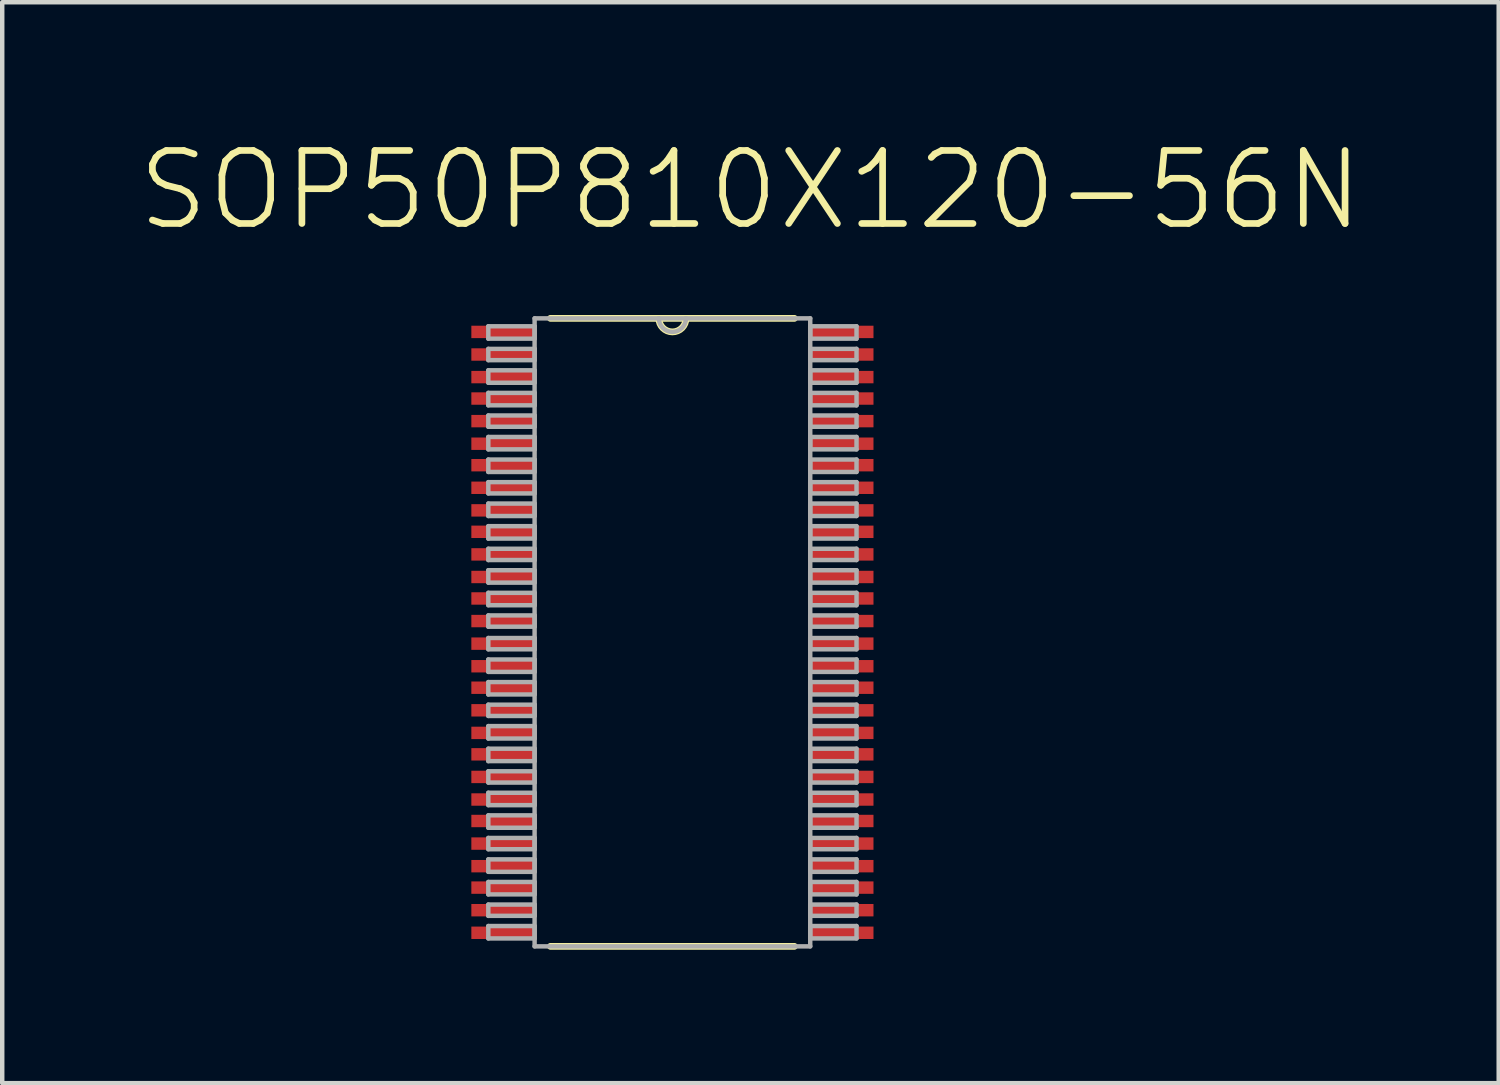
<source format=kicad_pcb>
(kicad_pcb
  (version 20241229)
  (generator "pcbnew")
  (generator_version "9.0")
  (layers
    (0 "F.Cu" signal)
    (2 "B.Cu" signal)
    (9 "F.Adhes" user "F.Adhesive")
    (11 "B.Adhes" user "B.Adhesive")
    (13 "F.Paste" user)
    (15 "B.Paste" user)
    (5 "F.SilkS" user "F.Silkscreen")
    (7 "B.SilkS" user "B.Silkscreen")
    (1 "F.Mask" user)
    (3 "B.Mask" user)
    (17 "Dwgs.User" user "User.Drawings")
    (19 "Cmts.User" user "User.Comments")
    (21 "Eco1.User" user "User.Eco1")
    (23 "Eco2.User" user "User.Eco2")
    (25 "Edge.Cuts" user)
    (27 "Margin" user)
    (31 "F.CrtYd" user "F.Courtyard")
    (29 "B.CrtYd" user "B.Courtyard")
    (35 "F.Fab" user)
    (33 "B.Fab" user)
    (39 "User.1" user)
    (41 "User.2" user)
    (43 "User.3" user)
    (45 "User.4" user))
  (footprint "SOP50P810X120-56N"
    (layer "F.Cu")
    (at 12.071 11.17)
    (property "Reference" "SOP50P810X120-56N" (at 1.755 -9.946 0) (layer "F.SilkS") (effects (font (size 1.642 1.642) (thickness 0.15))))
    (attr through_hole)
    (fp_line (start -2.743 7.061) (end 2.743 7.061) (stroke (width 0.152) (type solid)) (layer "F.SilkS"))
    (fp_line (start -0.305 -7.061) (end -2.743 -7.061) (stroke (width 0.152) (type solid)) (layer "F.SilkS"))
    (fp_line (start 0.305 -7.061) (end -0.305 -7.061) (stroke (width 0.152) (type solid)) (layer "F.SilkS"))
    (fp_line (start 2.743 -7.061) (end 0.305 -7.061) (stroke (width 0.152) (type solid)) (layer "F.SilkS"))
    (fp_arc (start 0.3048 -7.0612) (mid 0 -6.7564) (end -0.3048 -7.0612) (stroke (width 0.1524) (type solid)) (layer "F.SilkS"))
    (fp_line (start -4.14 -6.883) (end -4.14 -6.604) (stroke (width 0.1) (type solid)) (layer "F.Fab"))
    (fp_line (start -4.14 -6.604) (end -3.099 -6.604) (stroke (width 0.1) (type solid)) (layer "F.Fab"))
    (fp_line (start -4.14 -6.375) (end -4.14 -6.121) (stroke (width 0.1) (type solid)) (layer "F.Fab"))
    (fp_line (start -4.14 -6.121) (end -3.099 -6.121) (stroke (width 0.1) (type solid)) (layer "F.Fab"))
    (fp_line (start -4.14 -5.893) (end -4.14 -5.613) (stroke (width 0.1) (type solid)) (layer "F.Fab"))
    (fp_line (start -4.14 -5.613) (end -3.099 -5.613) (stroke (width 0.1) (type solid)) (layer "F.Fab"))
    (fp_line (start -4.14 -5.385) (end -4.14 -5.105) (stroke (width 0.1) (type solid)) (layer "F.Fab"))
    (fp_line (start -4.14 -5.105) (end -3.099 -5.105) (stroke (width 0.1) (type solid)) (layer "F.Fab"))
    (fp_line (start -4.14 -4.877) (end -4.14 -4.623) (stroke (width 0.1) (type solid)) (layer "F.Fab"))
    (fp_line (start -4.14 -4.623) (end -3.099 -4.623) (stroke (width 0.1) (type solid)) (layer "F.Fab"))
    (fp_line (start -4.14 -4.394) (end -4.14 -4.115) (stroke (width 0.1) (type solid)) (layer "F.Fab"))
    (fp_line (start -4.14 -4.115) (end -3.099 -4.115) (stroke (width 0.1) (type solid)) (layer "F.Fab"))
    (fp_line (start -4.14 -3.886) (end -4.14 -3.607) (stroke (width 0.1) (type solid)) (layer "F.Fab"))
    (fp_line (start -4.14 -3.607) (end -3.099 -3.607) (stroke (width 0.1) (type solid)) (layer "F.Fab"))
    (fp_line (start -4.14 -3.378) (end -4.14 -3.124) (stroke (width 0.1) (type solid)) (layer "F.Fab"))
    (fp_line (start -4.14 -3.124) (end -3.099 -3.124) (stroke (width 0.1) (type solid)) (layer "F.Fab"))
    (fp_line (start -4.14 -2.896) (end -4.14 -2.616) (stroke (width 0.1) (type solid)) (layer "F.Fab"))
    (fp_line (start -4.14 -2.616) (end -3.099 -2.616) (stroke (width 0.1) (type solid)) (layer "F.Fab"))
    (fp_line (start -4.14 -2.388) (end -4.14 -2.108) (stroke (width 0.1) (type solid)) (layer "F.Fab"))
    (fp_line (start -4.14 -2.108) (end -3.099 -2.108) (stroke (width 0.1) (type solid)) (layer "F.Fab"))
    (fp_line (start -4.14 -1.88) (end -4.14 -1.626) (stroke (width 0.1) (type solid)) (layer "F.Fab"))
    (fp_line (start -4.14 -1.626) (end -3.099 -1.626) (stroke (width 0.1) (type solid)) (layer "F.Fab"))
    (fp_line (start -4.14 -1.397) (end -4.14 -1.118) (stroke (width 0.1) (type solid)) (layer "F.Fab"))
    (fp_line (start -4.14 -1.118) (end -3.099 -1.118) (stroke (width 0.1) (type solid)) (layer "F.Fab"))
    (fp_line (start -4.14 -0.889) (end -4.14 -0.61) (stroke (width 0.1) (type solid)) (layer "F.Fab"))
    (fp_line (start -4.14 -0.61) (end -3.099 -0.61) (stroke (width 0.1) (type solid)) (layer "F.Fab"))
    (fp_line (start -4.14 -0.381) (end -4.14 -0.127) (stroke (width 0.1) (type solid)) (layer "F.Fab"))
    (fp_line (start -4.14 -0.127) (end -3.099 -0.127) (stroke (width 0.1) (type solid)) (layer "F.Fab"))
    (fp_line (start -4.14 0.127) (end -4.14 0.381) (stroke (width 0.1) (type solid)) (layer "F.Fab"))
    (fp_line (start -4.14 0.381) (end -3.099 0.381) (stroke (width 0.1) (type solid)) (layer "F.Fab"))
    (fp_line (start -4.14 0.61) (end -4.14 0.889) (stroke (width 0.1) (type solid)) (layer "F.Fab"))
    (fp_line (start -4.14 0.889) (end -3.099 0.889) (stroke (width 0.1) (type solid)) (layer "F.Fab"))
    (fp_line (start -4.14 1.118) (end -4.14 1.397) (stroke (width 0.1) (type solid)) (layer "F.Fab"))
    (fp_line (start -4.14 1.397) (end -3.099 1.397) (stroke (width 0.1) (type solid)) (layer "F.Fab"))
    (fp_line (start -4.14 1.626) (end -4.14 1.88) (stroke (width 0.1) (type solid)) (layer "F.Fab"))
    (fp_line (start -4.14 1.88) (end -3.099 1.88) (stroke (width 0.1) (type solid)) (layer "F.Fab"))
    (fp_line (start -4.14 2.108) (end -4.14 2.388) (stroke (width 0.1) (type solid)) (layer "F.Fab"))
    (fp_line (start -4.14 2.388) (end -3.099 2.388) (stroke (width 0.1) (type solid)) (layer "F.Fab"))
    (fp_line (start -4.14 2.616) (end -4.14 2.896) (stroke (width 0.1) (type solid)) (layer "F.Fab"))
    (fp_line (start -4.14 2.896) (end -3.099 2.896) (stroke (width 0.1) (type solid)) (layer "F.Fab"))
    (fp_line (start -4.14 3.124) (end -4.14 3.378) (stroke (width 0.1) (type solid)) (layer "F.Fab"))
    (fp_line (start -4.14 3.378) (end -3.099 3.378) (stroke (width 0.1) (type solid)) (layer "F.Fab"))
    (fp_line (start -4.14 3.607) (end -4.14 3.886) (stroke (width 0.1) (type solid)) (layer "F.Fab"))
    (fp_line (start -4.14 3.886) (end -3.099 3.886) (stroke (width 0.1) (type solid)) (layer "F.Fab"))
    (fp_line (start -4.14 4.115) (end -4.14 4.394) (stroke (width 0.1) (type solid)) (layer "F.Fab"))
    (fp_line (start -4.14 4.394) (end -3.099 4.394) (stroke (width 0.1) (type solid)) (layer "F.Fab"))
    (fp_line (start -4.14 4.623) (end -4.14 4.877) (stroke (width 0.1) (type solid)) (layer "F.Fab"))
    (fp_line (start -4.14 4.877) (end -3.099 4.877) (stroke (width 0.1) (type solid)) (layer "F.Fab"))
    (fp_line (start -4.14 5.105) (end -4.14 5.385) (stroke (width 0.1) (type solid)) (layer "F.Fab"))
    (fp_line (start -4.14 5.385) (end -3.099 5.385) (stroke (width 0.1) (type solid)) (layer "F.Fab"))
    (fp_line (start -4.14 5.613) (end -4.14 5.893) (stroke (width 0.1) (type solid)) (layer "F.Fab"))
    (fp_line (start -4.14 5.893) (end -3.099 5.893) (stroke (width 0.1) (type solid)) (layer "F.Fab"))
    (fp_line (start -4.14 6.121) (end -4.14 6.375) (stroke (width 0.1) (type solid)) (layer "F.Fab"))
    (fp_line (start -4.14 6.375) (end -3.099 6.375) (stroke (width 0.1) (type solid)) (layer "F.Fab"))
    (fp_line (start -4.14 6.604) (end -4.14 6.883) (stroke (width 0.1) (type solid)) (layer "F.Fab"))
    (fp_line (start -4.14 6.883) (end -3.099 6.883) (stroke (width 0.1) (type solid)) (layer "F.Fab"))
    (fp_line (start -3.099 -7.061) (end -3.099 7.061) (stroke (width 0.1) (type solid)) (layer "F.Fab"))
    (fp_line (start -3.099 -6.883) (end -4.14 -6.883) (stroke (width 0.1) (type solid)) (layer "F.Fab"))
    (fp_line (start -3.099 -6.604) (end -3.099 -6.883) (stroke (width 0.1) (type solid)) (layer "F.Fab"))
    (fp_line (start -3.099 -6.375) (end -4.14 -6.375) (stroke (width 0.1) (type solid)) (layer "F.Fab"))
    (fp_line (start -3.099 -6.121) (end -3.099 -6.375) (stroke (width 0.1) (type solid)) (layer "F.Fab"))
    (fp_line (start -3.099 -5.893) (end -4.14 -5.893) (stroke (width 0.1) (type solid)) (layer "F.Fab"))
    (fp_line (start -3.099 -5.613) (end -3.099 -5.893) (stroke (width 0.1) (type solid)) (layer "F.Fab"))
    (fp_line (start -3.099 -5.385) (end -4.14 -5.385) (stroke (width 0.1) (type solid)) (layer "F.Fab"))
    (fp_line (start -3.099 -5.105) (end -3.099 -5.385) (stroke (width 0.1) (type solid)) (layer "F.Fab"))
    (fp_line (start -3.099 -4.877) (end -4.14 -4.877) (stroke (width 0.1) (type solid)) (layer "F.Fab"))
    (fp_line (start -3.099 -4.623) (end -3.099 -4.877) (stroke (width 0.1) (type solid)) (layer "F.Fab"))
    (fp_line (start -3.099 -4.394) (end -4.14 -4.394) (stroke (width 0.1) (type solid)) (layer "F.Fab"))
    (fp_line (start -3.099 -4.115) (end -3.099 -4.394) (stroke (width 0.1) (type solid)) (layer "F.Fab"))
    (fp_line (start -3.099 -3.886) (end -4.14 -3.886) (stroke (width 0.1) (type solid)) (layer "F.Fab"))
    (fp_line (start -3.099 -3.607) (end -3.099 -3.886) (stroke (width 0.1) (type solid)) (layer "F.Fab"))
    (fp_line (start -3.099 -3.378) (end -4.14 -3.378) (stroke (width 0.1) (type solid)) (layer "F.Fab"))
    (fp_line (start -3.099 -3.124) (end -3.099 -3.378) (stroke (width 0.1) (type solid)) (layer "F.Fab"))
    (fp_line (start -3.099 -2.896) (end -4.14 -2.896) (stroke (width 0.1) (type solid)) (layer "F.Fab"))
    (fp_line (start -3.099 -2.616) (end -3.099 -2.896) (stroke (width 0.1) (type solid)) (layer "F.Fab"))
    (fp_line (start -3.099 -2.388) (end -4.14 -2.388) (stroke (width 0.1) (type solid)) (layer "F.Fab"))
    (fp_line (start -3.099 -2.108) (end -3.099 -2.388) (stroke (width 0.1) (type solid)) (layer "F.Fab"))
    (fp_line (start -3.099 -1.88) (end -4.14 -1.88) (stroke (width 0.1) (type solid)) (layer "F.Fab"))
    (fp_line (start -3.099 -1.626) (end -3.099 -1.88) (stroke (width 0.1) (type solid)) (layer "F.Fab"))
    (fp_line (start -3.099 -1.397) (end -4.14 -1.397) (stroke (width 0.1) (type solid)) (layer "F.Fab"))
    (fp_line (start -3.099 -1.118) (end -3.099 -1.397) (stroke (width 0.1) (type solid)) (layer "F.Fab"))
    (fp_line (start -3.099 -0.889) (end -4.14 -0.889) (stroke (width 0.1) (type solid)) (layer "F.Fab"))
    (fp_line (start -3.099 -0.61) (end -3.099 -0.889) (stroke (width 0.1) (type solid)) (layer "F.Fab"))
    (fp_line (start -3.099 -0.381) (end -4.14 -0.381) (stroke (width 0.1) (type solid)) (layer "F.Fab"))
    (fp_line (start -3.099 -0.127) (end -3.099 -0.381) (stroke (width 0.1) (type solid)) (layer "F.Fab"))
    (fp_line (start -3.099 0.127) (end -4.14 0.127) (stroke (width 0.1) (type solid)) (layer "F.Fab"))
    (fp_line (start -3.099 0.381) (end -3.099 0.127) (stroke (width 0.1) (type solid)) (layer "F.Fab"))
    (fp_line (start -3.099 0.61) (end -4.14 0.61) (stroke (width 0.1) (type solid)) (layer "F.Fab"))
    (fp_line (start -3.099 0.889) (end -3.099 0.61) (stroke (width 0.1) (type solid)) (layer "F.Fab"))
    (fp_line (start -3.099 1.118) (end -4.14 1.118) (stroke (width 0.1) (type solid)) (layer "F.Fab"))
    (fp_line (start -3.099 1.397) (end -3.099 1.118) (stroke (width 0.1) (type solid)) (layer "F.Fab"))
    (fp_line (start -3.099 1.626) (end -4.14 1.626) (stroke (width 0.1) (type solid)) (layer "F.Fab"))
    (fp_line (start -3.099 1.88) (end -3.099 1.626) (stroke (width 0.1) (type solid)) (layer "F.Fab"))
    (fp_line (start -3.099 2.108) (end -4.14 2.108) (stroke (width 0.1) (type solid)) (layer "F.Fab"))
    (fp_line (start -3.099 2.388) (end -3.099 2.108) (stroke (width 0.1) (type solid)) (layer "F.Fab"))
    (fp_line (start -3.099 2.616) (end -4.14 2.616) (stroke (width 0.1) (type solid)) (layer "F.Fab"))
    (fp_line (start -3.099 2.896) (end -3.099 2.616) (stroke (width 0.1) (type solid)) (layer "F.Fab"))
    (fp_line (start -3.099 3.124) (end -4.14 3.124) (stroke (width 0.1) (type solid)) (layer "F.Fab"))
    (fp_line (start -3.099 3.378) (end -3.099 3.124) (stroke (width 0.1) (type solid)) (layer "F.Fab"))
    (fp_line (start -3.099 3.607) (end -4.14 3.607) (stroke (width 0.1) (type solid)) (layer "F.Fab"))
    (fp_line (start -3.099 3.886) (end -3.099 3.607) (stroke (width 0.1) (type solid)) (layer "F.Fab"))
    (fp_line (start -3.099 4.115) (end -4.14 4.115) (stroke (width 0.1) (type solid)) (layer "F.Fab"))
    (fp_line (start -3.099 4.394) (end -3.099 4.115) (stroke (width 0.1) (type solid)) (layer "F.Fab"))
    (fp_line (start -3.099 4.623) (end -4.14 4.623) (stroke (width 0.1) (type solid)) (layer "F.Fab"))
    (fp_line (start -3.099 4.877) (end -3.099 4.623) (stroke (width 0.1) (type solid)) (layer "F.Fab"))
    (fp_line (start -3.099 5.105) (end -4.14 5.105) (stroke (width 0.1) (type solid)) (layer "F.Fab"))
    (fp_line (start -3.099 5.385) (end -3.099 5.105) (stroke (width 0.1) (type solid)) (layer "F.Fab"))
    (fp_line (start -3.099 5.613) (end -4.14 5.613) (stroke (width 0.1) (type solid)) (layer "F.Fab"))
    (fp_line (start -3.099 5.893) (end -3.099 5.613) (stroke (width 0.1) (type solid)) (layer "F.Fab"))
    (fp_line (start -3.099 6.121) (end -4.14 6.121) (stroke (width 0.1) (type solid)) (layer "F.Fab"))
    (fp_line (start -3.099 6.375) (end -3.099 6.121) (stroke (width 0.1) (type solid)) (layer "F.Fab"))
    (fp_line (start -3.099 6.604) (end -4.14 6.604) (stroke (width 0.1) (type solid)) (layer "F.Fab"))
    (fp_line (start -3.099 6.883) (end -3.099 6.604) (stroke (width 0.1) (type solid)) (layer "F.Fab"))
    (fp_line (start -3.099 7.061) (end 3.099 7.061) (stroke (width 0.1) (type solid)) (layer "F.Fab"))
    (fp_line (start -0.305 -7.061) (end -3.099 -7.061) (stroke (width 0.1) (type solid)) (layer "F.Fab"))
    (fp_line (start 0.305 -7.061) (end -0.305 -7.061) (stroke (width 0.1) (type solid)) (layer "F.Fab"))
    (fp_line (start 3.099 -7.061) (end 0.305 -7.061) (stroke (width 0.1) (type solid)) (layer "F.Fab"))
    (fp_line (start 3.099 -6.883) (end 3.099 -6.604) (stroke (width 0.1) (type solid)) (layer "F.Fab"))
    (fp_line (start 3.099 -6.604) (end 4.14 -6.604) (stroke (width 0.1) (type solid)) (layer "F.Fab"))
    (fp_line (start 3.099 -6.375) (end 3.099 -6.121) (stroke (width 0.1) (type solid)) (layer "F.Fab"))
    (fp_line (start 3.099 -6.121) (end 4.14 -6.121) (stroke (width 0.1) (type solid)) (layer "F.Fab"))
    (fp_line (start 3.099 -5.893) (end 3.099 -5.613) (stroke (width 0.1) (type solid)) (layer "F.Fab"))
    (fp_line (start 3.099 -5.613) (end 4.14 -5.613) (stroke (width 0.1) (type solid)) (layer "F.Fab"))
    (fp_line (start 3.099 -5.385) (end 3.099 -5.105) (stroke (width 0.1) (type solid)) (layer "F.Fab"))
    (fp_line (start 3.099 -5.105) (end 4.14 -5.105) (stroke (width 0.1) (type solid)) (layer "F.Fab"))
    (fp_line (start 3.099 -4.877) (end 3.099 -4.623) (stroke (width 0.1) (type solid)) (layer "F.Fab"))
    (fp_line (start 3.099 -4.623) (end 4.14 -4.623) (stroke (width 0.1) (type solid)) (layer "F.Fab"))
    (fp_line (start 3.099 -4.394) (end 3.099 -4.115) (stroke (width 0.1) (type solid)) (layer "F.Fab"))
    (fp_line (start 3.099 -4.115) (end 4.14 -4.115) (stroke (width 0.1) (type solid)) (layer "F.Fab"))
    (fp_line (start 3.099 -3.886) (end 3.099 -3.607) (stroke (width 0.1) (type solid)) (layer "F.Fab"))
    (fp_line (start 3.099 -3.607) (end 4.14 -3.607) (stroke (width 0.1) (type solid)) (layer "F.Fab"))
    (fp_line (start 3.099 -3.378) (end 3.099 -3.124) (stroke (width 0.1) (type solid)) (layer "F.Fab"))
    (fp_line (start 3.099 -3.124) (end 4.14 -3.124) (stroke (width 0.1) (type solid)) (layer "F.Fab"))
    (fp_line (start 3.099 -2.896) (end 3.099 -2.616) (stroke (width 0.1) (type solid)) (layer "F.Fab"))
    (fp_line (start 3.099 -2.616) (end 4.14 -2.616) (stroke (width 0.1) (type solid)) (layer "F.Fab"))
    (fp_line (start 3.099 -2.388) (end 3.099 -2.108) (stroke (width 0.1) (type solid)) (layer "F.Fab"))
    (fp_line (start 3.099 -2.108) (end 4.14 -2.108) (stroke (width 0.1) (type solid)) (layer "F.Fab"))
    (fp_line (start 3.099 -1.88) (end 3.099 -1.626) (stroke (width 0.1) (type solid)) (layer "F.Fab"))
    (fp_line (start 3.099 -1.626) (end 4.14 -1.626) (stroke (width 0.1) (type solid)) (layer "F.Fab"))
    (fp_line (start 3.099 -1.397) (end 3.099 -1.118) (stroke (width 0.1) (type solid)) (layer "F.Fab"))
    (fp_line (start 3.099 -1.118) (end 4.14 -1.118) (stroke (width 0.1) (type solid)) (layer "F.Fab"))
    (fp_line (start 3.099 -0.889) (end 3.099 -0.61) (stroke (width 0.1) (type solid)) (layer "F.Fab"))
    (fp_line (start 3.099 -0.61) (end 4.14 -0.61) (stroke (width 0.1) (type solid)) (layer "F.Fab"))
    (fp_line (start 3.099 -0.381) (end 3.099 -0.127) (stroke (width 0.1) (type solid)) (layer "F.Fab"))
    (fp_line (start 3.099 -0.127) (end 4.14 -0.127) (stroke (width 0.1) (type solid)) (layer "F.Fab"))
    (fp_line (start 3.099 0.127) (end 3.099 0.381) (stroke (width 0.1) (type solid)) (layer "F.Fab"))
    (fp_line (start 3.099 0.381) (end 4.14 0.381) (stroke (width 0.1) (type solid)) (layer "F.Fab"))
    (fp_line (start 3.099 0.61) (end 3.099 0.889) (stroke (width 0.1) (type solid)) (layer "F.Fab"))
    (fp_line (start 3.099 0.889) (end 4.14 0.889) (stroke (width 0.1) (type solid)) (layer "F.Fab"))
    (fp_line (start 3.099 1.118) (end 3.099 1.397) (stroke (width 0.1) (type solid)) (layer "F.Fab"))
    (fp_line (start 3.099 1.397) (end 4.14 1.397) (stroke (width 0.1) (type solid)) (layer "F.Fab"))
    (fp_line (start 3.099 1.626) (end 3.099 1.88) (stroke (width 0.1) (type solid)) (layer "F.Fab"))
    (fp_line (start 3.099 1.88) (end 4.14 1.88) (stroke (width 0.1) (type solid)) (layer "F.Fab"))
    (fp_line (start 3.099 2.108) (end 3.099 2.388) (stroke (width 0.1) (type solid)) (layer "F.Fab"))
    (fp_line (start 3.099 2.388) (end 4.14 2.388) (stroke (width 0.1) (type solid)) (layer "F.Fab"))
    (fp_line (start 3.099 2.616) (end 3.099 2.896) (stroke (width 0.1) (type solid)) (layer "F.Fab"))
    (fp_line (start 3.099 2.896) (end 4.14 2.896) (stroke (width 0.1) (type solid)) (layer "F.Fab"))
    (fp_line (start 3.099 3.124) (end 3.099 3.378) (stroke (width 0.1) (type solid)) (layer "F.Fab"))
    (fp_line (start 3.099 3.378) (end 4.14 3.378) (stroke (width 0.1) (type solid)) (layer "F.Fab"))
    (fp_line (start 3.099 3.607) (end 3.099 3.886) (stroke (width 0.1) (type solid)) (layer "F.Fab"))
    (fp_line (start 3.099 3.886) (end 4.14 3.886) (stroke (width 0.1) (type solid)) (layer "F.Fab"))
    (fp_line (start 3.099 4.115) (end 3.099 4.394) (stroke (width 0.1) (type solid)) (layer "F.Fab"))
    (fp_line (start 3.099 4.394) (end 4.14 4.394) (stroke (width 0.1) (type solid)) (layer "F.Fab"))
    (fp_line (start 3.099 4.623) (end 3.099 4.877) (stroke (width 0.1) (type solid)) (layer "F.Fab"))
    (fp_line (start 3.099 4.877) (end 4.14 4.877) (stroke (width 0.1) (type solid)) (layer "F.Fab"))
    (fp_line (start 3.099 5.105) (end 3.099 5.385) (stroke (width 0.1) (type solid)) (layer "F.Fab"))
    (fp_line (start 3.099 5.385) (end 4.14 5.385) (stroke (width 0.1) (type solid)) (layer "F.Fab"))
    (fp_line (start 3.099 5.613) (end 3.099 5.893) (stroke (width 0.1) (type solid)) (layer "F.Fab"))
    (fp_line (start 3.099 5.893) (end 4.14 5.893) (stroke (width 0.1) (type solid)) (layer "F.Fab"))
    (fp_line (start 3.099 6.121) (end 3.099 6.375) (stroke (width 0.1) (type solid)) (layer "F.Fab"))
    (fp_line (start 3.099 6.375) (end 4.14 6.375) (stroke (width 0.1) (type solid)) (layer "F.Fab"))
    (fp_line (start 3.099 6.604) (end 3.099 6.883) (stroke (width 0.1) (type solid)) (layer "F.Fab"))
    (fp_line (start 3.099 6.883) (end 4.14 6.883) (stroke (width 0.1) (type solid)) (layer "F.Fab"))
    (fp_line (start 3.099 7.061) (end 3.099 -7.061) (stroke (width 0.1) (type solid)) (layer "F.Fab"))
    (fp_line (start 4.14 -6.883) (end 3.099 -6.883) (stroke (width 0.1) (type solid)) (layer "F.Fab"))
    (fp_line (start 4.14 -6.604) (end 4.14 -6.883) (stroke (width 0.1) (type solid)) (layer "F.Fab"))
    (fp_line (start 4.14 -6.375) (end 3.099 -6.375) (stroke (width 0.1) (type solid)) (layer "F.Fab"))
    (fp_line (start 4.14 -6.121) (end 4.14 -6.375) (stroke (width 0.1) (type solid)) (layer "F.Fab"))
    (fp_line (start 4.14 -5.893) (end 3.099 -5.893) (stroke (width 0.1) (type solid)) (layer "F.Fab"))
    (fp_line (start 4.14 -5.613) (end 4.14 -5.893) (stroke (width 0.1) (type solid)) (layer "F.Fab"))
    (fp_line (start 4.14 -5.385) (end 3.099 -5.385) (stroke (width 0.1) (type solid)) (layer "F.Fab"))
    (fp_line (start 4.14 -5.105) (end 4.14 -5.385) (stroke (width 0.1) (type solid)) (layer "F.Fab"))
    (fp_line (start 4.14 -4.877) (end 3.099 -4.877) (stroke (width 0.1) (type solid)) (layer "F.Fab"))
    (fp_line (start 4.14 -4.623) (end 4.14 -4.877) (stroke (width 0.1) (type solid)) (layer "F.Fab"))
    (fp_line (start 4.14 -4.394) (end 3.099 -4.394) (stroke (width 0.1) (type solid)) (layer "F.Fab"))
    (fp_line (start 4.14 -4.115) (end 4.14 -4.394) (stroke (width 0.1) (type solid)) (layer "F.Fab"))
    (fp_line (start 4.14 -3.886) (end 3.099 -3.886) (stroke (width 0.1) (type solid)) (layer "F.Fab"))
    (fp_line (start 4.14 -3.607) (end 4.14 -3.886) (stroke (width 0.1) (type solid)) (layer "F.Fab"))
    (fp_line (start 4.14 -3.378) (end 3.099 -3.378) (stroke (width 0.1) (type solid)) (layer "F.Fab"))
    (fp_line (start 4.14 -3.124) (end 4.14 -3.378) (stroke (width 0.1) (type solid)) (layer "F.Fab"))
    (fp_line (start 4.14 -2.896) (end 3.099 -2.896) (stroke (width 0.1) (type solid)) (layer "F.Fab"))
    (fp_line (start 4.14 -2.616) (end 4.14 -2.896) (stroke (width 0.1) (type solid)) (layer "F.Fab"))
    (fp_line (start 4.14 -2.388) (end 3.099 -2.388) (stroke (width 0.1) (type solid)) (layer "F.Fab"))
    (fp_line (start 4.14 -2.108) (end 4.14 -2.388) (stroke (width 0.1) (type solid)) (layer "F.Fab"))
    (fp_line (start 4.14 -1.88) (end 3.099 -1.88) (stroke (width 0.1) (type solid)) (layer "F.Fab"))
    (fp_line (start 4.14 -1.626) (end 4.14 -1.88) (stroke (width 0.1) (type solid)) (layer "F.Fab"))
    (fp_line (start 4.14 -1.397) (end 3.099 -1.397) (stroke (width 0.1) (type solid)) (layer "F.Fab"))
    (fp_line (start 4.14 -1.118) (end 4.14 -1.397) (stroke (width 0.1) (type solid)) (layer "F.Fab"))
    (fp_line (start 4.14 -0.889) (end 3.099 -0.889) (stroke (width 0.1) (type solid)) (layer "F.Fab"))
    (fp_line (start 4.14 -0.61) (end 4.14 -0.889) (stroke (width 0.1) (type solid)) (layer "F.Fab"))
    (fp_line (start 4.14 -0.381) (end 3.099 -0.381) (stroke (width 0.1) (type solid)) (layer "F.Fab"))
    (fp_line (start 4.14 -0.127) (end 4.14 -0.381) (stroke (width 0.1) (type solid)) (layer "F.Fab"))
    (fp_line (start 4.14 0.127) (end 3.099 0.127) (stroke (width 0.1) (type solid)) (layer "F.Fab"))
    (fp_line (start 4.14 0.381) (end 4.14 0.127) (stroke (width 0.1) (type solid)) (layer "F.Fab"))
    (fp_line (start 4.14 0.61) (end 3.099 0.61) (stroke (width 0.1) (type solid)) (layer "F.Fab"))
    (fp_line (start 4.14 0.889) (end 4.14 0.61) (stroke (width 0.1) (type solid)) (layer "F.Fab"))
    (fp_line (start 4.14 1.118) (end 3.099 1.118) (stroke (width 0.1) (type solid)) (layer "F.Fab"))
    (fp_line (start 4.14 1.397) (end 4.14 1.118) (stroke (width 0.1) (type solid)) (layer "F.Fab"))
    (fp_line (start 4.14 1.626) (end 3.099 1.626) (stroke (width 0.1) (type solid)) (layer "F.Fab"))
    (fp_line (start 4.14 1.88) (end 4.14 1.626) (stroke (width 0.1) (type solid)) (layer "F.Fab"))
    (fp_line (start 4.14 2.108) (end 3.099 2.108) (stroke (width 0.1) (type solid)) (layer "F.Fab"))
    (fp_line (start 4.14 2.388) (end 4.14 2.108) (stroke (width 0.1) (type solid)) (layer "F.Fab"))
    (fp_line (start 4.14 2.616) (end 3.099 2.616) (stroke (width 0.1) (type solid)) (layer "F.Fab"))
    (fp_line (start 4.14 2.896) (end 4.14 2.616) (stroke (width 0.1) (type solid)) (layer "F.Fab"))
    (fp_line (start 4.14 3.124) (end 3.099 3.124) (stroke (width 0.1) (type solid)) (layer "F.Fab"))
    (fp_line (start 4.14 3.378) (end 4.14 3.124) (stroke (width 0.1) (type solid)) (layer "F.Fab"))
    (fp_line (start 4.14 3.607) (end 3.099 3.607) (stroke (width 0.1) (type solid)) (layer "F.Fab"))
    (fp_line (start 4.14 3.886) (end 4.14 3.607) (stroke (width 0.1) (type solid)) (layer "F.Fab"))
    (fp_line (start 4.14 4.115) (end 3.099 4.115) (stroke (width 0.1) (type solid)) (layer "F.Fab"))
    (fp_line (start 4.14 4.394) (end 4.14 4.115) (stroke (width 0.1) (type solid)) (layer "F.Fab"))
    (fp_line (start 4.14 4.623) (end 3.099 4.623) (stroke (width 0.1) (type solid)) (layer "F.Fab"))
    (fp_line (start 4.14 4.877) (end 4.14 4.623) (stroke (width 0.1) (type solid)) (layer "F.Fab"))
    (fp_line (start 4.14 5.105) (end 3.099 5.105) (stroke (width 0.1) (type solid)) (layer "F.Fab"))
    (fp_line (start 4.14 5.385) (end 4.14 5.105) (stroke (width 0.1) (type solid)) (layer "F.Fab"))
    (fp_line (start 4.14 5.613) (end 3.099 5.613) (stroke (width 0.1) (type solid)) (layer "F.Fab"))
    (fp_line (start 4.14 5.893) (end 4.14 5.613) (stroke (width 0.1) (type solid)) (layer "F.Fab"))
    (fp_line (start 4.14 6.121) (end 3.099 6.121) (stroke (width 0.1) (type solid)) (layer "F.Fab"))
    (fp_line (start 4.14 6.375) (end 4.14 6.121) (stroke (width 0.1) (type solid)) (layer "F.Fab"))
    (fp_line (start 4.14 6.604) (end 3.099 6.604) (stroke (width 0.1) (type solid)) (layer "F.Fab"))
    (fp_line (start 4.14 6.883) (end 4.14 6.604) (stroke (width 0.1) (type solid)) (layer "F.Fab"))
    (fp_arc (start 0.3048 -7.0612) (mid 0 -6.7564) (end -0.3048 -7.0612) (stroke (width 0.1) (type solid)) (layer "F.Fab"))
    (pad "1" smd rect (at -3.785 -6.756) (size 1.473 0.279) (layers "F.Cu" "F.Mask" "F.Paste"))
    (pad "2" smd rect (at -3.785 -6.248) (size 1.473 0.279) (layers "F.Cu" "F.Mask" "F.Paste"))
    (pad "3" smd rect (at -3.785 -5.74) (size 1.473 0.279) (layers "F.Cu" "F.Mask" "F.Paste"))
    (pad "4" smd rect (at -3.785 -5.258) (size 1.473 0.279) (layers "F.Cu" "F.Mask" "F.Paste"))
    (pad "5" smd rect (at -3.785 -4.75) (size 1.473 0.279) (layers "F.Cu" "F.Mask" "F.Paste"))
    (pad "6" smd rect (at -3.785 -4.242) (size 1.473 0.279) (layers "F.Cu" "F.Mask" "F.Paste"))
    (pad "7" smd rect (at -3.785 -3.759) (size 1.473 0.279) (layers "F.Cu" "F.Mask" "F.Paste"))
    (pad "8" smd rect (at -3.785 -3.251) (size 1.473 0.279) (layers "F.Cu" "F.Mask" "F.Paste"))
    (pad "9" smd rect (at -3.785 -2.743) (size 1.473 0.279) (layers "F.Cu" "F.Mask" "F.Paste"))
    (pad "10" smd rect (at -3.785 -2.261) (size 1.473 0.279) (layers "F.Cu" "F.Mask" "F.Paste"))
    (pad "11" smd rect (at -3.785 -1.753) (size 1.473 0.279) (layers "F.Cu" "F.Mask" "F.Paste"))
    (pad "12" smd rect (at -3.785 -1.245) (size 1.473 0.279) (layers "F.Cu" "F.Mask" "F.Paste"))
    (pad "13" smd rect (at -3.785 -0.762) (size 1.473 0.279) (layers "F.Cu" "F.Mask" "F.Paste"))
    (pad "14" smd rect (at -3.785 -0.254) (size 1.473 0.279) (layers "F.Cu" "F.Mask" "F.Paste"))
    (pad "15" smd rect (at -3.785 0.254) (size 1.473 0.279) (layers "F.Cu" "F.Mask" "F.Paste"))
    (pad "16" smd rect (at -3.785 0.762) (size 1.473 0.279) (layers "F.Cu" "F.Mask" "F.Paste"))
    (pad "17" smd rect (at -3.785 1.245) (size 1.473 0.279) (layers "F.Cu" "F.Mask" "F.Paste"))
    (pad "18" smd rect (at -3.785 1.753) (size 1.473 0.279) (layers "F.Cu" "F.Mask" "F.Paste"))
    (pad "19" smd rect (at -3.785 2.261) (size 1.473 0.279) (layers "F.Cu" "F.Mask" "F.Paste"))
    (pad "20" smd rect (at -3.785 2.743) (size 1.473 0.279) (layers "F.Cu" "F.Mask" "F.Paste"))
    (pad "21" smd rect (at -3.785 3.251) (size 1.473 0.279) (layers "F.Cu" "F.Mask" "F.Paste"))
    (pad "22" smd rect (at -3.785 3.759) (size 1.473 0.279) (layers "F.Cu" "F.Mask" "F.Paste"))
    (pad "23" smd rect (at -3.785 4.242) (size 1.473 0.279) (layers "F.Cu" "F.Mask" "F.Paste"))
    (pad "24" smd rect (at -3.785 4.75) (size 1.473 0.279) (layers "F.Cu" "F.Mask" "F.Paste"))
    (pad "25" smd rect (at -3.785 5.258) (size 1.473 0.279) (layers "F.Cu" "F.Mask" "F.Paste"))
    (pad "26" smd rect (at -3.785 5.74) (size 1.473 0.279) (layers "F.Cu" "F.Mask" "F.Paste"))
    (pad "27" smd rect (at -3.785 6.248) (size 1.473 0.279) (layers "F.Cu" "F.Mask" "F.Paste"))
    (pad "28" smd rect (at -3.785 6.756) (size 1.473 0.279) (layers "F.Cu" "F.Mask" "F.Paste"))
    (pad "29" smd rect (at 3.785 6.756) (size 1.473 0.279) (layers "F.Cu" "F.Mask" "F.Paste"))
    (pad "30" smd rect (at 3.785 6.248) (size 1.473 0.279) (layers "F.Cu" "F.Mask" "F.Paste"))
    (pad "31" smd rect (at 3.785 5.74) (size 1.473 0.279) (layers "F.Cu" "F.Mask" "F.Paste"))
    (pad "32" smd rect (at 3.785 5.258) (size 1.473 0.279) (layers "F.Cu" "F.Mask" "F.Paste"))
    (pad "33" smd rect (at 3.785 4.75) (size 1.473 0.279) (layers "F.Cu" "F.Mask" "F.Paste"))
    (pad "34" smd rect (at 3.785 4.242) (size 1.473 0.279) (layers "F.Cu" "F.Mask" "F.Paste"))
    (pad "35" smd rect (at 3.785 3.759) (size 1.473 0.279) (layers "F.Cu" "F.Mask" "F.Paste"))
    (pad "36" smd rect (at 3.785 3.251) (size 1.473 0.279) (layers "F.Cu" "F.Mask" "F.Paste"))
    (pad "37" smd rect (at 3.785 2.743) (size 1.473 0.279) (layers "F.Cu" "F.Mask" "F.Paste"))
    (pad "38" smd rect (at 3.785 2.261) (size 1.473 0.279) (layers "F.Cu" "F.Mask" "F.Paste"))
    (pad "39" smd rect (at 3.785 1.753) (size 1.473 0.279) (layers "F.Cu" "F.Mask" "F.Paste"))
    (pad "40" smd rect (at 3.785 1.245) (size 1.473 0.279) (layers "F.Cu" "F.Mask" "F.Paste"))
    (pad "41" smd rect (at 3.785 0.762) (size 1.473 0.279) (layers "F.Cu" "F.Mask" "F.Paste"))
    (pad "42" smd rect (at 3.785 0.254) (size 1.473 0.279) (layers "F.Cu" "F.Mask" "F.Paste"))
    (pad "43" smd rect (at 3.785 -0.254) (size 1.473 0.279) (layers "F.Cu" "F.Mask" "F.Paste"))
    (pad "44" smd rect (at 3.785 -0.762) (size 1.473 0.279) (layers "F.Cu" "F.Mask" "F.Paste"))
    (pad "45" smd rect (at 3.785 -1.245) (size 1.473 0.279) (layers "F.Cu" "F.Mask" "F.Paste"))
    (pad "46" smd rect (at 3.785 -1.753) (size 1.473 0.279) (layers "F.Cu" "F.Mask" "F.Paste"))
    (pad "47" smd rect (at 3.785 -2.261) (size 1.473 0.279) (layers "F.Cu" "F.Mask" "F.Paste"))
    (pad "48" smd rect (at 3.785 -2.743) (size 1.473 0.279) (layers "F.Cu" "F.Mask" "F.Paste"))
    (pad "49" smd rect (at 3.785 -3.251) (size 1.473 0.279) (layers "F.Cu" "F.Mask" "F.Paste"))
    (pad "50" smd rect (at 3.785 -3.759) (size 1.473 0.279) (layers "F.Cu" "F.Mask" "F.Paste"))
    (pad "51" smd rect (at 3.785 -4.242) (size 1.473 0.279) (layers "F.Cu" "F.Mask" "F.Paste"))
    (pad "52" smd rect (at 3.785 -4.75) (size 1.473 0.279) (layers "F.Cu" "F.Mask" "F.Paste"))
    (pad "53" smd rect (at 3.785 -5.258) (size 1.473 0.279) (layers "F.Cu" "F.Mask" "F.Paste"))
    (pad "54" smd rect (at 3.785 -5.74) (size 1.473 0.279) (layers "F.Cu" "F.Mask" "F.Paste"))
    (pad "55" smd rect (at 3.785 -6.248) (size 1.473 0.279) (layers "F.Cu" "F.Mask" "F.Paste"))
    (pad "56" smd rect (at 3.785 -6.756) (size 1.473 0.279) (layers "F.Cu" "F.Mask" "F.Paste")))
  (gr_rect
    (start -3 -3)
    (end 30.652 21.307)
    (stroke (width 0.1) (type default))
    (fill no)
    (layer "Edge.Cuts")))
</source>
